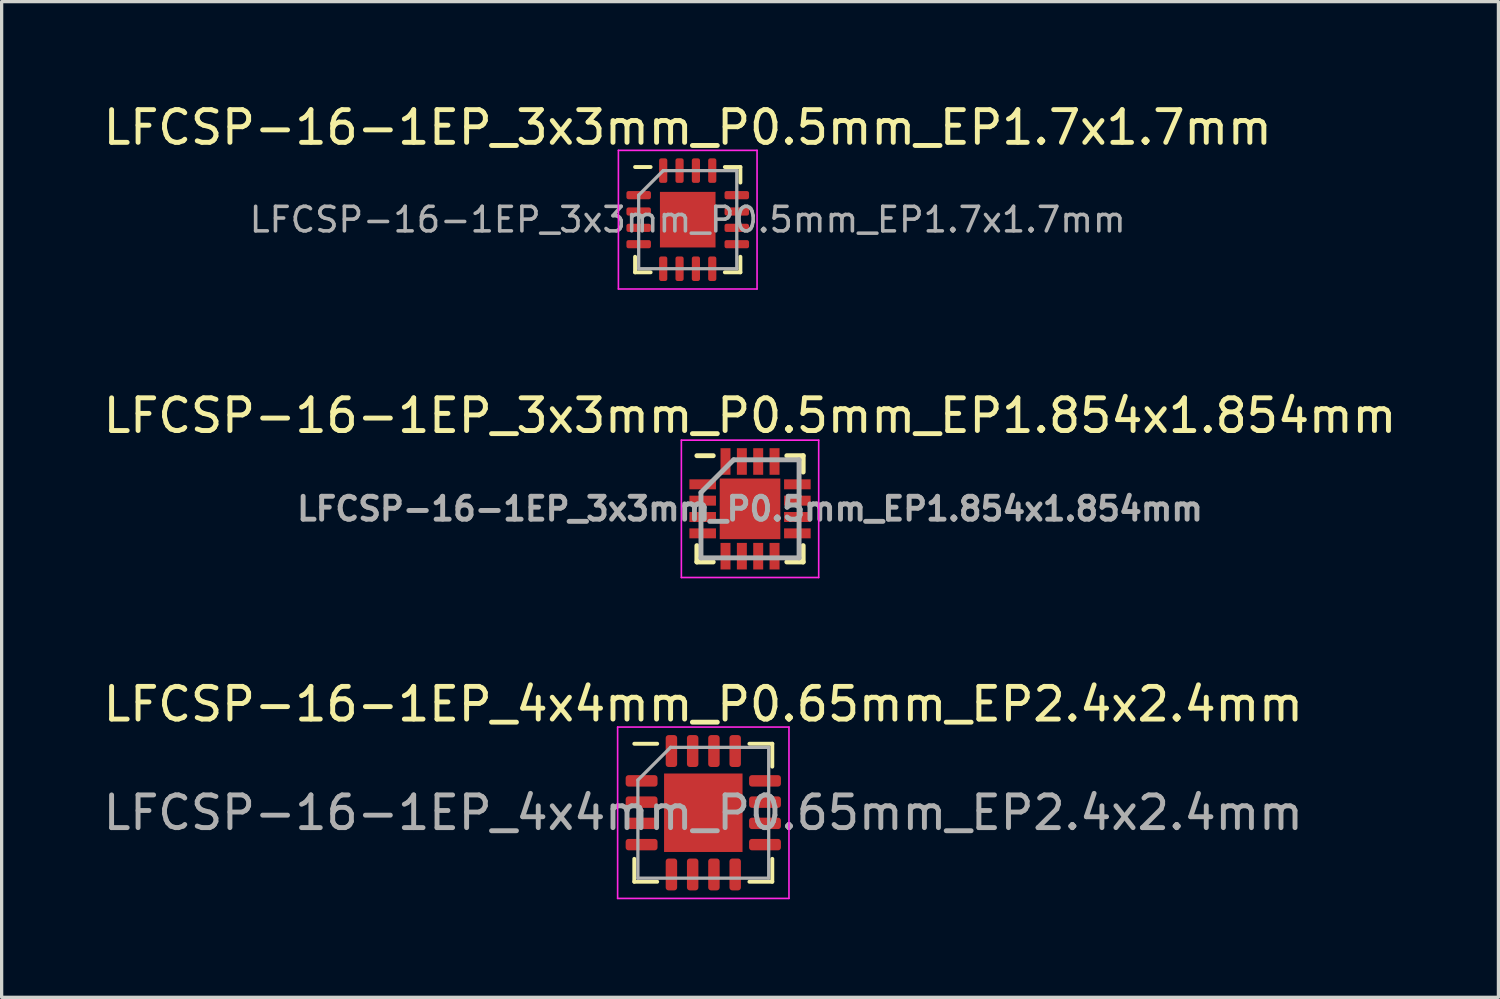
<source format=kicad_pcb>
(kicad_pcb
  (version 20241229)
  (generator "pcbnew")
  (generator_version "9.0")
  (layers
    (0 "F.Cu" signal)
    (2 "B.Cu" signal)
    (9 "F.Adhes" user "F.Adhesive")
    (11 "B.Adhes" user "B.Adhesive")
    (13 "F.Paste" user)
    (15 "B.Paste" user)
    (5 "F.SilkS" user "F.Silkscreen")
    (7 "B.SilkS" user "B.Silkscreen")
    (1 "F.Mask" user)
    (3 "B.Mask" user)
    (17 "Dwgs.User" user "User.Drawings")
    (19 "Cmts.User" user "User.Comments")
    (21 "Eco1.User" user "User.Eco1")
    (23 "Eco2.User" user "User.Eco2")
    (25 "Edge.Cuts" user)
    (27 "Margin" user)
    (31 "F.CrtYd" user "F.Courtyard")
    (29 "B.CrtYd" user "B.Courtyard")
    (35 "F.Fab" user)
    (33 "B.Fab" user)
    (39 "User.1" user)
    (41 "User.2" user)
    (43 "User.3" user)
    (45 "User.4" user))
  (footprint "LFCSP-16-1EP_4x4mm_P0.65mm_EP2.4x2.4mm"
    (layer "F.Cu")
    (at 18.458 21.805)
    (property "Reference" "LFCSP-16-1EP_4x4mm_P0.65mm_EP2.4x2.4mm" (at 0 -3.32 0) (layer "F.SilkS") (effects (font (size 1 1) (thickness 0.15))))
    (attr smd)
    (fp_line (start -2.11 2.11) (end -2.11 1.41) (stroke (width 0.12) (type solid)) (layer "F.SilkS"))
    (fp_line (start -1.41 -2.11) (end -2.11 -2.11) (stroke (width 0.12) (type solid)) (layer "F.SilkS"))
    (fp_line (start -1.41 2.11) (end -2.11 2.11) (stroke (width 0.12) (type solid)) (layer "F.SilkS"))
    (fp_line (start 1.41 -2.11) (end 2.11 -2.11) (stroke (width 0.12) (type solid)) (layer "F.SilkS"))
    (fp_line (start 1.41 2.11) (end 2.11 2.11) (stroke (width 0.12) (type solid)) (layer "F.SilkS"))
    (fp_line (start 2.11 -2.11) (end 2.11 -1.41) (stroke (width 0.12) (type solid)) (layer "F.SilkS"))
    (fp_line (start 2.11 2.11) (end 2.11 1.41) (stroke (width 0.12) (type solid)) (layer "F.SilkS"))
    (fp_line (start -2.62 -2.62) (end -2.62 2.62) (stroke (width 0.05) (type solid)) (layer "F.CrtYd"))
    (fp_line (start -2.62 2.62) (end 2.62 2.62) (stroke (width 0.05) (type solid)) (layer "F.CrtYd"))
    (fp_line (start 2.62 -2.62) (end -2.62 -2.62) (stroke (width 0.05) (type solid)) (layer "F.CrtYd"))
    (fp_line (start 2.62 2.62) (end 2.62 -2.62) (stroke (width 0.05) (type solid)) (layer "F.CrtYd"))
    (fp_line (start -2 -1) (end -1 -2) (stroke (width 0.1) (type solid)) (layer "F.Fab"))
    (fp_line (start -2 2) (end -2 -1) (stroke (width 0.1) (type solid)) (layer "F.Fab"))
    (fp_line (start -1 -2) (end 2 -2) (stroke (width 0.1) (type solid)) (layer "F.Fab"))
    (fp_line (start 2 -2) (end 2 2) (stroke (width 0.1) (type solid)) (layer "F.Fab"))
    (fp_line (start 2 2) (end -2 2) (stroke (width 0.1) (type solid)) (layer "F.Fab"))
    (fp_text user "${REFERENCE}" (at 0 0 0) (layer "F.Fab") (effects (font (size 1 1) (thickness 0.15))))
    (pad "" smd roundrect (at -0.6 -0.6) (size 0.97 0.97) (layers "F.Paste") (roundrect_rratio 0.25))
    (pad "" smd roundrect (at -0.6 0.6) (size 0.97 0.97) (layers "F.Paste") (roundrect_rratio 0.25))
    (pad "" smd roundrect (at 0.6 -0.6) (size 0.97 0.97) (layers "F.Paste") (roundrect_rratio 0.25))
    (pad "" smd roundrect (at 0.6 0.6) (size 0.97 0.97) (layers "F.Paste") (roundrect_rratio 0.25))
    (pad "1" smd roundrect (at -1.887 -0.975) (size 0.975 0.35) (layers "F.Cu" "F.Mask" "F.Paste") (roundrect_rratio 0.25))
    (pad "2" smd roundrect (at -1.887 -0.325) (size 0.975 0.35) (layers "F.Cu" "F.Mask" "F.Paste") (roundrect_rratio 0.25))
    (pad "3" smd roundrect (at -1.887 0.325) (size 0.975 0.35) (layers "F.Cu" "F.Mask" "F.Paste") (roundrect_rratio 0.25))
    (pad "4" smd roundrect (at -1.887 0.975) (size 0.975 0.35) (layers "F.Cu" "F.Mask" "F.Paste") (roundrect_rratio 0.25))
    (pad "5" smd roundrect (at -0.975 1.887) (size 0.35 0.975) (layers "F.Cu" "F.Mask" "F.Paste") (roundrect_rratio 0.25))
    (pad "6" smd roundrect (at -0.325 1.887) (size 0.35 0.975) (layers "F.Cu" "F.Mask" "F.Paste") (roundrect_rratio 0.25))
    (pad "7" smd roundrect (at 0.325 1.887) (size 0.35 0.975) (layers "F.Cu" "F.Mask" "F.Paste") (roundrect_rratio 0.25))
    (pad "8" smd roundrect (at 0.975 1.887) (size 0.35 0.975) (layers "F.Cu" "F.Mask" "F.Paste") (roundrect_rratio 0.25))
    (pad "9" smd roundrect (at 1.887 0.975) (size 0.975 0.35) (layers "F.Cu" "F.Mask" "F.Paste") (roundrect_rratio 0.25))
    (pad "10" smd roundrect (at 1.887 0.325) (size 0.975 0.35) (layers "F.Cu" "F.Mask" "F.Paste") (roundrect_rratio 0.25))
    (pad "11" smd roundrect (at 1.887 -0.325) (size 0.975 0.35) (layers "F.Cu" "F.Mask" "F.Paste") (roundrect_rratio 0.25))
    (pad "12" smd roundrect (at 1.887 -0.975) (size 0.975 0.35) (layers "F.Cu" "F.Mask" "F.Paste") (roundrect_rratio 0.25))
    (pad "13" smd roundrect (at 0.975 -1.887) (size 0.35 0.975) (layers "F.Cu" "F.Mask" "F.Paste") (roundrect_rratio 0.25))
    (pad "14" smd roundrect (at 0.325 -1.887) (size 0.35 0.975) (layers "F.Cu" "F.Mask" "F.Paste") (roundrect_rratio 0.25))
    (pad "15" smd roundrect (at -0.325 -1.887) (size 0.35 0.975) (layers "F.Cu" "F.Mask" "F.Paste") (roundrect_rratio 0.25))
    (pad "16" smd roundrect (at -0.975 -1.887) (size 0.35 0.975) (layers "F.Cu" "F.Mask" "F.Paste") (roundrect_rratio 0.25))
    (pad "17" smd rect (at 0 0) (size 2.4 2.4) (layers "F.Cu" "F.Mask")))
  (footprint "LFCSP-16-1EP_3x3mm_P0.5mm_EP1.7x1.7mm"
    (layer "F.Cu")
    (at 17.982 3.668)
    (property "Reference" "LFCSP-16-1EP_3x3mm_P0.5mm_EP1.7x1.7mm" (at 0 -2.82 0) (layer "F.SilkS") (effects (font (size 1 1) (thickness 0.15))))
    (attr smd)
    (fp_line (start -1.61 1.61) (end -1.61 1.135) (stroke (width 0.12) (type solid)) (layer "F.SilkS"))
    (fp_line (start -1.135 -1.61) (end -1.61 -1.61) (stroke (width 0.12) (type solid)) (layer "F.SilkS"))
    (fp_line (start -1.135 1.61) (end -1.61 1.61) (stroke (width 0.12) (type solid)) (layer "F.SilkS"))
    (fp_line (start 1.135 -1.61) (end 1.61 -1.61) (stroke (width 0.12) (type solid)) (layer "F.SilkS"))
    (fp_line (start 1.135 1.61) (end 1.61 1.61) (stroke (width 0.12) (type solid)) (layer "F.SilkS"))
    (fp_line (start 1.61 -1.61) (end 1.61 -1.135) (stroke (width 0.12) (type solid)) (layer "F.SilkS"))
    (fp_line (start 1.61 1.61) (end 1.61 1.135) (stroke (width 0.12) (type solid)) (layer "F.SilkS"))
    (fp_line (start -2.12 -2.12) (end -2.12 2.12) (stroke (width 0.05) (type solid)) (layer "F.CrtYd"))
    (fp_line (start -2.12 2.12) (end 2.12 2.12) (stroke (width 0.05) (type solid)) (layer "F.CrtYd"))
    (fp_line (start 2.12 -2.12) (end -2.12 -2.12) (stroke (width 0.05) (type solid)) (layer "F.CrtYd"))
    (fp_line (start 2.12 2.12) (end 2.12 -2.12) (stroke (width 0.05) (type solid)) (layer "F.CrtYd"))
    (fp_line (start -1.5 -0.75) (end -0.75 -1.5) (stroke (width 0.1) (type solid)) (layer "F.Fab"))
    (fp_line (start -1.5 1.5) (end -1.5 -0.75) (stroke (width 0.1) (type solid)) (layer "F.Fab"))
    (fp_line (start -0.75 -1.5) (end 1.5 -1.5) (stroke (width 0.1) (type solid)) (layer "F.Fab"))
    (fp_line (start 1.5 -1.5) (end 1.5 1.5) (stroke (width 0.1) (type solid)) (layer "F.Fab"))
    (fp_line (start 1.5 1.5) (end -1.5 1.5) (stroke (width 0.1) (type solid)) (layer "F.Fab"))
    (fp_text user "${REFERENCE}" (at 0 0 0) (layer "F.Fab") (effects (font (size 0.75 0.75) (thickness 0.11))))
    (pad "" smd roundrect (at -0.425 -0.425) (size 0.69 0.69) (layers "F.Paste") (roundrect_rratio 0.25))
    (pad "" smd roundrect (at -0.425 0.425) (size 0.69 0.69) (layers "F.Paste") (roundrect_rratio 0.25))
    (pad "" smd roundrect (at 0.425 -0.425) (size 0.69 0.69) (layers "F.Paste") (roundrect_rratio 0.25))
    (pad "" smd roundrect (at 0.425 0.425) (size 0.69 0.69) (layers "F.Paste") (roundrect_rratio 0.25))
    (pad "1" smd roundrect (at -1.5 -0.75) (size 0.75 0.25) (layers "F.Cu" "F.Mask" "F.Paste") (roundrect_rratio 0.25))
    (pad "2" smd roundrect (at -1.5 -0.25) (size 0.75 0.25) (layers "F.Cu" "F.Mask" "F.Paste") (roundrect_rratio 0.25))
    (pad "3" smd roundrect (at -1.5 0.25) (size 0.75 0.25) (layers "F.Cu" "F.Mask" "F.Paste") (roundrect_rratio 0.25))
    (pad "4" smd roundrect (at -1.5 0.75) (size 0.75 0.25) (layers "F.Cu" "F.Mask" "F.Paste") (roundrect_rratio 0.25))
    (pad "5" smd roundrect (at -0.75 1.5) (size 0.25 0.75) (layers "F.Cu" "F.Mask" "F.Paste") (roundrect_rratio 0.25))
    (pad "6" smd roundrect (at -0.25 1.5) (size 0.25 0.75) (layers "F.Cu" "F.Mask" "F.Paste") (roundrect_rratio 0.25))
    (pad "7" smd roundrect (at 0.25 1.5) (size 0.25 0.75) (layers "F.Cu" "F.Mask" "F.Paste") (roundrect_rratio 0.25))
    (pad "8" smd roundrect (at 0.75 1.5) (size 0.25 0.75) (layers "F.Cu" "F.Mask" "F.Paste") (roundrect_rratio 0.25))
    (pad "9" smd roundrect (at 1.5 0.75) (size 0.75 0.25) (layers "F.Cu" "F.Mask" "F.Paste") (roundrect_rratio 0.25))
    (pad "10" smd roundrect (at 1.5 0.25) (size 0.75 0.25) (layers "F.Cu" "F.Mask" "F.Paste") (roundrect_rratio 0.25))
    (pad "11" smd roundrect (at 1.5 -0.25) (size 0.75 0.25) (layers "F.Cu" "F.Mask" "F.Paste") (roundrect_rratio 0.25))
    (pad "12" smd roundrect (at 1.5 -0.75) (size 0.75 0.25) (layers "F.Cu" "F.Mask" "F.Paste") (roundrect_rratio 0.25))
    (pad "13" smd roundrect (at 0.75 -1.5) (size 0.25 0.75) (layers "F.Cu" "F.Mask" "F.Paste") (roundrect_rratio 0.25))
    (pad "14" smd roundrect (at 0.25 -1.5) (size 0.25 0.75) (layers "F.Cu" "F.Mask" "F.Paste") (roundrect_rratio 0.25))
    (pad "15" smd roundrect (at -0.25 -1.5) (size 0.25 0.75) (layers "F.Cu" "F.Mask" "F.Paste") (roundrect_rratio 0.25))
    (pad "16" smd roundrect (at -0.75 -1.5) (size 0.25 0.75) (layers "F.Cu" "F.Mask" "F.Paste") (roundrect_rratio 0.25))
    (pad "17" smd rect (at 0 0) (size 1.7 1.7) (layers "F.Cu" "F.Mask")))
  (footprint "LFCSP-16-1EP_3x3mm_P0.5mm_EP1.854x1.854mm"
    (layer "F.Cu")
    (at 19.887 12.511)
    (property "Reference" "LFCSP-16-1EP_3x3mm_P0.5mm_EP1.854x1.854mm" (at 0 -2.85 0) (layer "F.SilkS") (effects (font (size 1 1) (thickness 0.15))))
    (attr smd)
    (fp_line (start -1.625 -1.625) (end -1.125 -1.625) (stroke (width 0.15) (type solid)) (layer "F.SilkS"))
    (fp_line (start -1.625 1.625) (end -1.625 1.125) (stroke (width 0.15) (type solid)) (layer "F.SilkS"))
    (fp_line (start -1.625 1.625) (end -1.125 1.625) (stroke (width 0.15) (type solid)) (layer "F.SilkS"))
    (fp_line (start 1.625 -1.625) (end 1.125 -1.625) (stroke (width 0.15) (type solid)) (layer "F.SilkS"))
    (fp_line (start 1.625 -1.625) (end 1.625 -1.125) (stroke (width 0.15) (type solid)) (layer "F.SilkS"))
    (fp_line (start 1.625 1.625) (end 1.125 1.625) (stroke (width 0.15) (type solid)) (layer "F.SilkS"))
    (fp_line (start 1.625 1.625) (end 1.625 1.125) (stroke (width 0.15) (type solid)) (layer "F.SilkS"))
    (fp_line (start -2.1 -2.1) (end -2.1 2.1) (stroke (width 0.05) (type solid)) (layer "F.CrtYd"))
    (fp_line (start -2.1 -2.1) (end 2.1 -2.1) (stroke (width 0.05) (type solid)) (layer "F.CrtYd"))
    (fp_line (start -2.1 2.1) (end 2.1 2.1) (stroke (width 0.05) (type solid)) (layer "F.CrtYd"))
    (fp_line (start 2.1 -2.1) (end 2.1 2.1) (stroke (width 0.05) (type solid)) (layer "F.CrtYd"))
    (fp_line (start -1.5 -0.5) (end -0.5 -1.5) (stroke (width 0.15) (type solid)) (layer "F.Fab"))
    (fp_line (start -1.5 1.5) (end -1.5 -0.5) (stroke (width 0.15) (type solid)) (layer "F.Fab"))
    (fp_line (start -0.5 -1.5) (end 1.5 -1.5) (stroke (width 0.15) (type solid)) (layer "F.Fab"))
    (fp_line (start 1.5 -1.5) (end 1.5 1.5) (stroke (width 0.15) (type solid)) (layer "F.Fab"))
    (fp_line (start 1.5 1.5) (end -1.5 1.5) (stroke (width 0.15) (type solid)) (layer "F.Fab"))
    (fp_text user "${REFERENCE}" (at 0 0 0) (layer "F.Fab") (effects (font (size 0.7 0.7) (thickness 0.15))))
    (pad "" smd rect (at -0.45 -0.45) (size 0.7 0.7) (layers "F.Paste"))
    (pad "" smd rect (at -0.45 0.45) (size 0.7 0.7) (layers "F.Paste"))
    (pad "" smd rect (at 0.45 -0.45) (size 0.7 0.7) (layers "F.Paste"))
    (pad "" smd rect (at 0.45 0.45) (size 0.7 0.7) (layers "F.Paste"))
    (pad "1" smd rect (at -1.448 -0.75) (size 0.813 0.305) (layers "F.Cu" "F.Mask" "F.Paste"))
    (pad "2" smd rect (at -1.448 -0.25) (size 0.813 0.305) (layers "F.Cu" "F.Mask" "F.Paste"))
    (pad "3" smd rect (at -1.448 0.25) (size 0.813 0.305) (layers "F.Cu" "F.Mask" "F.Paste"))
    (pad "4" smd rect (at -1.448 0.75) (size 0.813 0.305) (layers "F.Cu" "F.Mask" "F.Paste"))
    (pad "5" smd rect (at -0.75 1.448) (size 0.305 0.813) (layers "F.Cu" "F.Mask" "F.Paste"))
    (pad "6" smd rect (at -0.25 1.448) (size 0.305 0.813) (layers "F.Cu" "F.Mask" "F.Paste"))
    (pad "7" smd rect (at 0.25 1.448) (size 0.305 0.813) (layers "F.Cu" "F.Mask" "F.Paste"))
    (pad "8" smd rect (at 0.75 1.448) (size 0.305 0.813) (layers "F.Cu" "F.Mask" "F.Paste"))
    (pad "9" smd rect (at 1.448 0.75) (size 0.813 0.305) (layers "F.Cu" "F.Mask" "F.Paste"))
    (pad "10" smd rect (at 1.448 0.25) (size 0.813 0.305) (layers "F.Cu" "F.Mask" "F.Paste"))
    (pad "11" smd rect (at 1.448 -0.25) (size 0.813 0.305) (layers "F.Cu" "F.Mask" "F.Paste"))
    (pad "12" smd rect (at 1.448 -0.75) (size 0.813 0.305) (layers "F.Cu" "F.Mask" "F.Paste"))
    (pad "13" smd rect (at 0.75 -1.448) (size 0.305 0.813) (layers "F.Cu" "F.Mask" "F.Paste"))
    (pad "14" smd rect (at 0.25 -1.448) (size 0.305 0.813) (layers "F.Cu" "F.Mask" "F.Paste"))
    (pad "15" smd rect (at -0.25 -1.448) (size 0.305 0.813) (layers "F.Cu" "F.Mask" "F.Paste"))
    (pad "16" smd rect (at -0.75 -1.448) (size 0.305 0.813) (layers "F.Cu" "F.Mask" "F.Paste"))
    (pad "17" smd rect (at 0 0) (size 1.854 1.854) (layers "F.Cu" "F.Mask")))
  (gr_rect
    (start -3 -3)
    (end 42.774 27.45)
    (stroke (width 0.1) (type default))
    (fill no)
    (layer "Edge.Cuts")))
</source>
